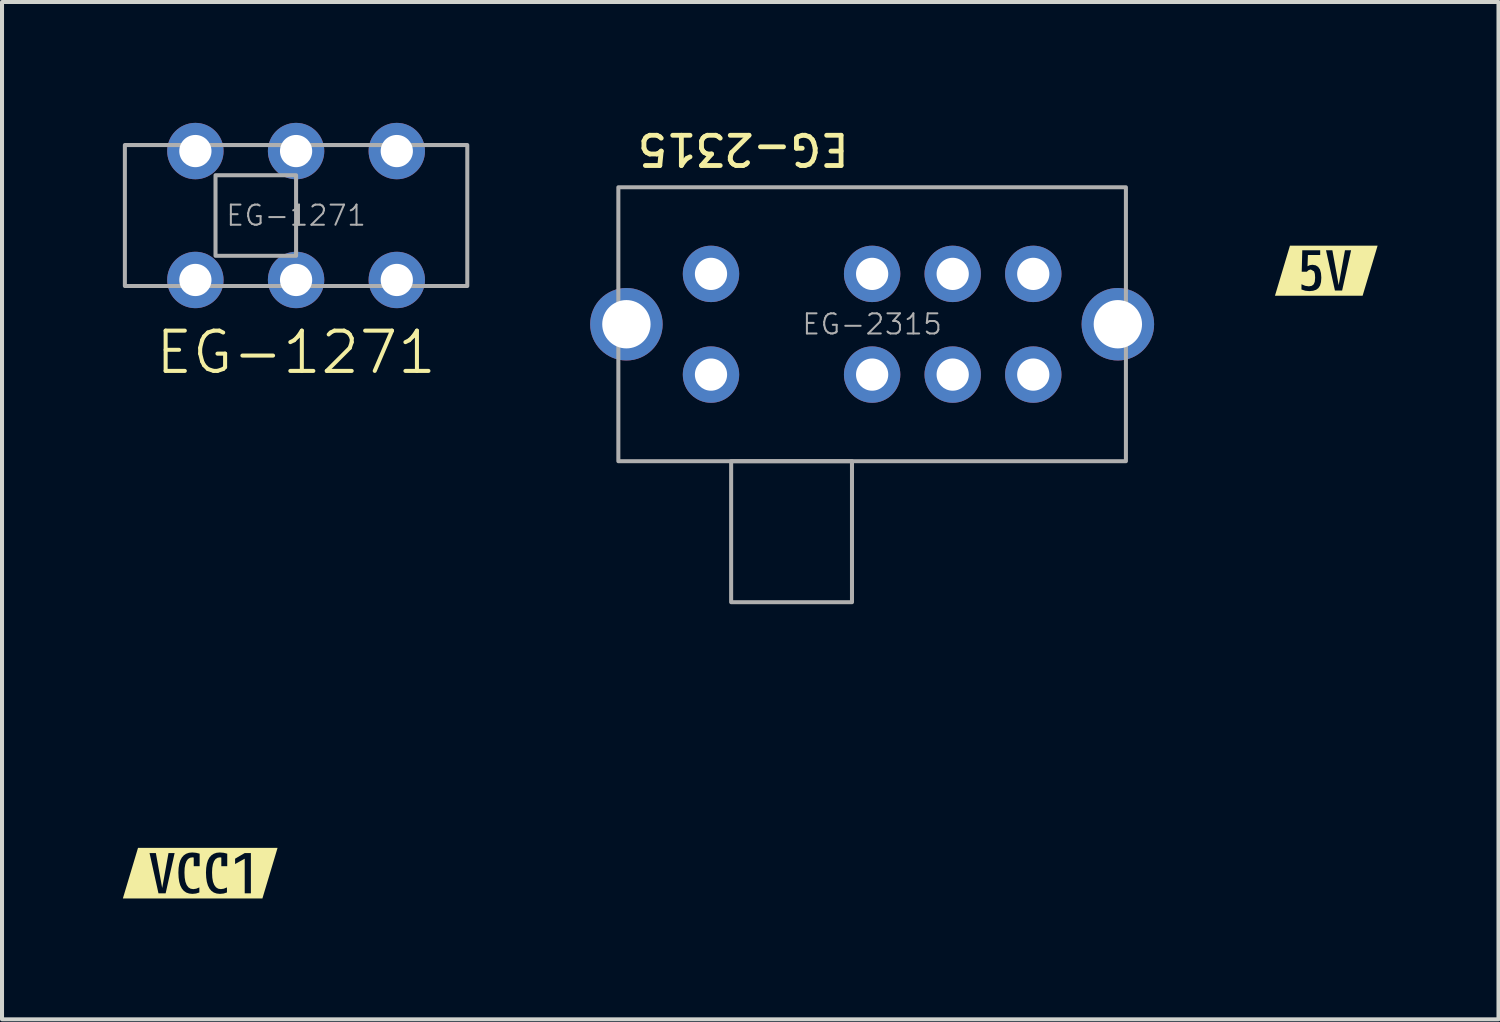
<source format=kicad_pcb>
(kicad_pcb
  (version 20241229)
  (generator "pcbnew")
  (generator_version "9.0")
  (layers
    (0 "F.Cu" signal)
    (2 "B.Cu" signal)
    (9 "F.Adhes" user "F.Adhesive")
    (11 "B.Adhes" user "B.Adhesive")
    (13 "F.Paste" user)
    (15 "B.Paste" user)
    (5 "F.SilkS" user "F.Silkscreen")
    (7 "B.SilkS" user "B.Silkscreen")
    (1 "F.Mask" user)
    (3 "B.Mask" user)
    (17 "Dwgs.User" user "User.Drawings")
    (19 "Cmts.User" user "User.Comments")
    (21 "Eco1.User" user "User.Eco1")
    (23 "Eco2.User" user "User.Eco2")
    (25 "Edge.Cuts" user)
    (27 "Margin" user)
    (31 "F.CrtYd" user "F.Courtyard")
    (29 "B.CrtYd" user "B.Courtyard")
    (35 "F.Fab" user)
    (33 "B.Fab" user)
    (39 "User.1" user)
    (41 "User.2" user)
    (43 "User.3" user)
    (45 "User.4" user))
  (footprint "kibuzzard-66F9CAB2"
    (layer "F.Cu")
    (at 29.874 3.67)
    (property "Reference" "kibuzzard-66F9CAB2" (at 0 -3.669 180) (layer "F.SilkS") (effects (font (size 0.001 0.001) (thickness 0.15))))
    (attr board_only exclude_from_pos_files exclude_from_bom)
    (fp_poly (pts (xy -0.616 -0.621) (xy -0.902 -0.621) (xy -1.274 0.621) (xy -0.902 0.621) (xy -0.616 0.621) (xy -0.421 0.621) (xy -0.421 0.507) (xy -0.522 0.497) (xy -0.616 0.466) (xy -0.616 0.336) (xy -0.523 0.375) (xy -0.432 0.388) (xy -0.362 0.376) (xy -0.314 0.34) (xy -0.286 0.276) (xy -0.277 0.175) (xy -0.283 0.08) (xy -0.303 0.017) (xy -0.384 -0.03) (xy -0.436 -0.016) (xy -0.484 0.025) (xy -0.61 0.025) (xy -0.596 -0.507) (xy -0.151 -0.507) (xy -0.151 -0.389) (xy -0.456 -0.389) (xy -0.466 -0.112) (xy -0.463 -0.112) (xy -0.408 -0.138) (xy -0.342 -0.147) (xy -0.264 -0.134) (xy -0.202 -0.095) (xy -0.158 -0.031) (xy -0.132 0.059) (xy -0.123 0.175) (xy -0.131 0.283) (xy -0.155 0.368) (xy -0.195 0.43) (xy -0.251 0.473) (xy -0.327 0.498) (xy -0.421 0.507) (xy -0.421 0.621) (xy 0.393 0.621) (xy 0.393 0.493) (xy 0.215 0.493) (xy -0.007 -0.507) (xy 0.151 -0.507) (xy 0.307 0.356) (xy 0.308 0.356) (xy 0.464 -0.507) (xy 0.616 -0.507) (xy 0.393 0.493) (xy 0.393 0.621) (xy 0.616 0.621) (xy 0.902 0.621) (xy 1.274 -0.621) (xy 0.902 -0.621) (xy 0.616 -0.621) (xy -0.616 -0.621)) (stroke (width 0) (type solid)) (fill yes) (layer "F.SilkS")))
  (footprint "kibuzzard-66F9CBA3"
    (layer "F.Cu")
    (at 1.92 18.626)
    (property "Reference" "kibuzzard-66F9CBA3" (at 0 -3.676 180) (layer "F.SilkS") (effects (font (size 0.001 0.001) (thickness 0.15))))
    (attr board_only exclude_from_pos_files exclude_from_bom)
    (fp_poly (pts (xy -1.258 -0.628) (xy -1.544 -0.628) (xy -1.92 0.628) (xy -1.544 0.628) (xy -1.258 0.628) (xy -0.858 0.628) (xy -0.858 0.5) (xy -1.036 0.5) (xy -1.258 -0.5) (xy -1.101 -0.5) (xy -0.945 0.363) (xy -0.943 0.363) (xy -0.787 -0.5) (xy -0.635 -0.5) (xy -0.858 0.5) (xy -0.858 0.628) (xy -0.195 0.628) (xy -0.195 0.514) (xy -0.276 0.505) (xy -0.347 0.481) (xy -0.406 0.44) (xy -0.455 0.382) (xy -0.493 0.308) (xy -0.52 0.217) (xy -0.536 0.11) (xy -0.542 -0.014) (xy -0.536 -0.131) (xy -0.52 -0.232) (xy -0.494 -0.318) (xy -0.456 -0.389) (xy -0.408 -0.443) (xy -0.349 -0.482) (xy -0.28 -0.506) (xy -0.199 -0.514) (xy -0.102 -0.506) (xy -0.014 -0.484) (xy -0.014 -0.174) (xy -0.161 -0.174) (xy -0.161 -0.388) (xy -0.192 -0.393) (xy -0.253 -0.383) (xy -0.303 -0.351) (xy -0.341 -0.298) (xy -0.369 -0.225) (xy -0.386 -0.13) (xy -0.391 -0.014) (xy -0.385 0.111) (xy -0.367 0.214) (xy -0.336 0.293) (xy -0.294 0.35) (xy -0.239 0.385) (xy -0.172 0.396) (xy -0.099 0.385) (xy -0.021 0.353) (xy -0.021 0.479) (xy -0.104 0.505) (xy -0.195 0.514) (xy -0.195 0.628) (xy 0.49 0.628) (xy 0.49 0.514) (xy 0.408 0.505) (xy 0.338 0.481) (xy 0.279 0.44) (xy 0.23 0.382) (xy 0.192 0.308) (xy 0.165 0.217) (xy 0.149 0.11) (xy 0.143 -0.014) (xy 0.149 -0.131) (xy 0.165 -0.232) (xy 0.191 -0.318) (xy 0.229 -0.389) (xy 0.277 -0.443) (xy 0.336 -0.482) (xy 0.405 -0.506) (xy 0.486 -0.514) (xy 0.583 -0.506) (xy 0.671 -0.484) (xy 0.671 -0.174) (xy 0.524 -0.174) (xy 0.524 -0.388) (xy 0.492 -0.393) (xy 0.432 -0.383) (xy 0.382 -0.351) (xy 0.343 -0.298) (xy 0.316 -0.225) (xy 0.299 -0.13) (xy 0.294 -0.014) (xy 0.3 0.111) (xy 0.318 0.214) (xy 0.349 0.293) (xy 0.391 0.35) (xy 0.446 0.385) (xy 0.513 0.396) (xy 0.586 0.385) (xy 0.664 0.353) (xy 0.664 0.479) (xy 0.581 0.505) (xy 0.49 0.514) (xy 0.49 0.628) (xy 1.105 0.628) (xy 1.105 0.5) (xy 1.105 -0.356) (xy 1.102 -0.358) (xy 0.866 -0.226) (xy 0.866 -0.36) (xy 1.106 -0.5) (xy 1.258 -0.5) (xy 1.258 0.5) (xy 1.105 0.5) (xy 1.105 0.628) (xy 1.258 0.628) (xy 1.544 0.628) (xy 1.92 -0.628) (xy 1.544 -0.628) (xy 1.258 -0.628) (xy -1.258 -0.628)) (stroke (width 0) (type solid)) (fill yes) (layer "F.SilkS")))
  (footprint "EG-2315"
    (layer "F.Cu")
    (at 18.6 4.999)
    (property "Reference" "EG-2315" (at -3.2 -4.35 180) (unlocked yes) (layer "F.SilkS") (effects (font (size 0.75 0.75) (thickness 0.12))))
    (attr through_hole)
    (fp_rect (start -6.3 3.4) (end 6.3 -3.4) (stroke (width 0.1) (type default)) (fill no) (layer "F.Fab"))
    (fp_rect (start -3.5 3.4) (end -0.5 6.9) (stroke (width 0.1) (type default)) (fill no) (layer "F.Fab"))
    (fp_text user "${REFERENCE}" (at 0 0 0) (unlocked yes) (layer "F.Fab") (effects (font (size 0.5 0.5) (thickness 0.05))))
    (pad "" thru_hole circle (at -6.1 0) (size 1.8 1.8) (drill 1.2) (layers "*.Cu" "*.Mask"))
    (pad "" thru_hole circle (at 6.1 0) (size 1.8 1.8) (drill 1.2) (layers "*.Cu" "*.Mask"))
    (pad "1" thru_hole circle (at -4 1.25) (size 1.4 1.4) (drill 0.8) (layers "*.Cu" "*.Mask"))
    (pad "2" thru_hole circle (at 0 1.25) (size 1.4 1.4) (drill 0.8) (layers "*.Cu" "*.Mask"))
    (pad "3" thru_hole circle (at 2 1.25) (size 1.4 1.4) (drill 0.8) (layers "*.Cu" "*.Mask"))
    (pad "4" thru_hole circle (at 4 1.25) (size 1.4 1.4) (drill 0.8) (layers "*.Cu" "*.Mask"))
    (pad "5" thru_hole circle (at -4 -1.25) (size 1.4 1.4) (drill 0.8) (layers "*.Cu" "*.Mask"))
    (pad "6" thru_hole circle (at 0 -1.25) (size 1.4 1.4) (drill 0.8) (layers "*.Cu" "*.Mask"))
    (pad "7" thru_hole circle (at 2 -1.25) (size 1.4 1.4) (drill 0.8) (layers "*.Cu" "*.Mask"))
    (pad "8" thru_hole circle (at 4 -1.25) (size 1.4 1.4) (drill 0.8) (layers "*.Cu" "*.Mask")))
  (footprint "EG-1271"
    (layer "F.Cu")
    (at 4.3 2.3)
    (property "Reference" "EG-1271" (at 0 3.4 0) (unlocked yes) (layer "F.SilkS") (effects (font (size 1 1) (thickness 0.1))))
    (attr through_hole)
    (fp_rect (start -4.25 1.75) (end 4.25 -1.75) (stroke (width 0.1) (type default)) (fill no) (layer "F.Fab"))
    (fp_rect (start -2 -1) (end 0 1) (stroke (width 0.1) (type default)) (fill no) (layer "F.Fab"))
    (fp_text user "${REFERENCE}" (at 0 0 0) (unlocked yes) (layer "F.Fab") (effects (font (size 0.5 0.5) (thickness 0.05))))
    (pad "1" thru_hole circle (at -2.5 -1.6) (size 1.4 1.4) (drill 0.8) (layers "*.Cu" "*.Mask"))
    (pad "2" thru_hole circle (at 0 -1.6) (size 1.4 1.4) (drill 0.8) (layers "*.Cu" "*.Mask"))
    (pad "3" thru_hole circle (at 2.5 -1.6) (size 1.4 1.4) (drill 0.8) (layers "*.Cu" "*.Mask"))
    (pad "4" thru_hole circle (at -2.5 1.6) (size 1.4 1.4) (drill 0.8) (layers "*.Cu" "*.Mask"))
    (pad "5" thru_hole circle (at 0 1.6) (size 1.4 1.4) (drill 0.8) (layers "*.Cu" "*.Mask"))
    (pad "6" thru_hole circle (at 2.5 1.6) (size 1.4 1.4) (drill 0.8) (layers "*.Cu" "*.Mask")))
  (gr_rect
    (start -3 -3)
    (end 34.149 22.254)
    (stroke (width 0.1) (type default))
    (fill no)
    (layer "Edge.Cuts")))
</source>
